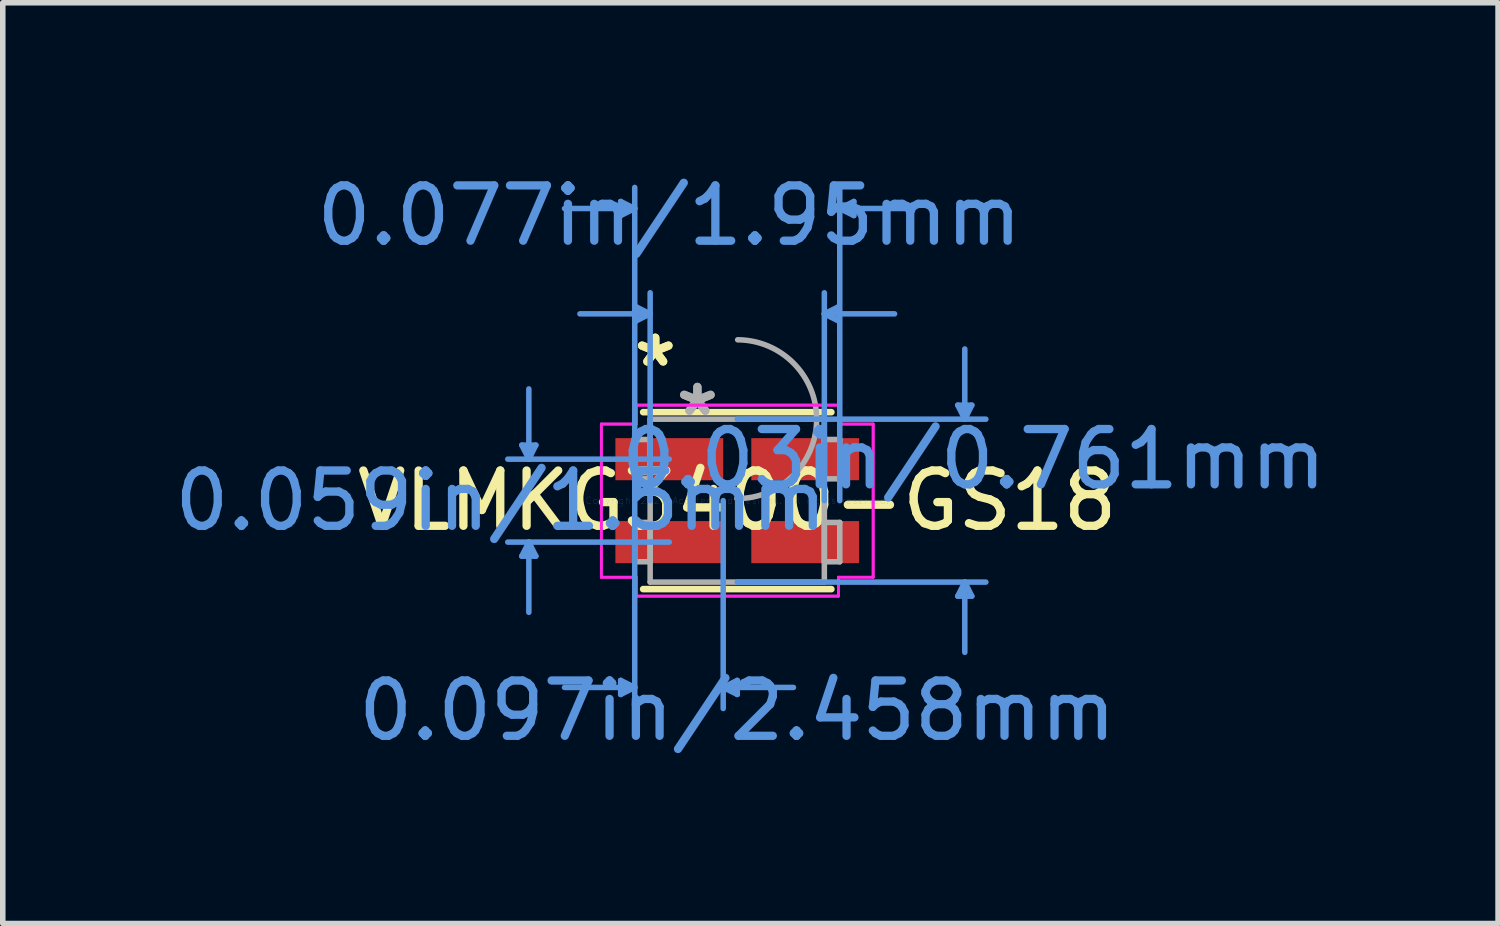
<source format=kicad_pcb>
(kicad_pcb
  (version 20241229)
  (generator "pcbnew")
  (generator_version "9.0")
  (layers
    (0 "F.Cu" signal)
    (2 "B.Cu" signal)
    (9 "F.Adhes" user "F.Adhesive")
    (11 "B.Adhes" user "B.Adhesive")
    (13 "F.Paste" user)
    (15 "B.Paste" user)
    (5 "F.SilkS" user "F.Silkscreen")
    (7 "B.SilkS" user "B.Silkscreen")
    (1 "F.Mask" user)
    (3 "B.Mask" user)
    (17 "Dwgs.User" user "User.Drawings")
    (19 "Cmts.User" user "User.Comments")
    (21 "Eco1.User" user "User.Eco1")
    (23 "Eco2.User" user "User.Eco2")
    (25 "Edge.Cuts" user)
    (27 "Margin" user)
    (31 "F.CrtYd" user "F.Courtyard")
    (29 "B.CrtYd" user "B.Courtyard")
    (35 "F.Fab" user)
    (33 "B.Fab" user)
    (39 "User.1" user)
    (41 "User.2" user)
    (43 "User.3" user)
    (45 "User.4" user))
  (footprint "VLMKG3400-GS18"
    (layer "F.Cu")
    (at 10.283 6.004)
    (property "Reference" "VLMKG3400-GS18" (at 0 0 0) (layer "F.SilkS") (effects (font (size 1 1) (thickness 0.15))))
    (attr through_hole)
    (fp_line (start -1.702 1.6) (end 1.702 1.6) (stroke (width 0.12) (type solid)) (layer "F.SilkS"))
    (fp_line (start 1.702 -1.6) (end -1.702 -1.6) (stroke (width 0.12) (type solid)) (layer "F.SilkS"))
    (fp_line (start -3.896 -1.004) (end -3.642 -1.004) (stroke (width 0.1) (type solid)) (layer "Cmts.User"))
    (fp_line (start -3.896 1.004) (end -3.642 1.004) (stroke (width 0.1) (type solid)) (layer "Cmts.User"))
    (fp_line (start -3.769 -0.75) (end -3.896 -1.004) (stroke (width 0.1) (type solid)) (layer "Cmts.User"))
    (fp_line (start -3.769 -0.75) (end -3.769 -2.02) (stroke (width 0.1) (type solid)) (layer "Cmts.User"))
    (fp_line (start -3.769 -0.75) (end -3.642 -1.004) (stroke (width 0.1) (type solid)) (layer "Cmts.User"))
    (fp_line (start -3.769 0.75) (end -3.896 1.004) (stroke (width 0.1) (type solid)) (layer "Cmts.User"))
    (fp_line (start -3.769 0.75) (end -3.769 2.02) (stroke (width 0.1) (type solid)) (layer "Cmts.User"))
    (fp_line (start -3.769 0.75) (end -3.642 1.004) (stroke (width 0.1) (type solid)) (layer "Cmts.User"))
    (fp_line (start -2.108 -5.41) (end -2.108 -5.156) (stroke (width 0.1) (type solid)) (layer "Cmts.User"))
    (fp_line (start -2.108 3.251) (end -2.108 3.505) (stroke (width 0.1) (type solid)) (layer "Cmts.User"))
    (fp_line (start -1.854 -5.283) (end -3.124 -5.283) (stroke (width 0.1) (type solid)) (layer "Cmts.User"))
    (fp_line (start -1.854 -5.283) (end -2.108 -5.41) (stroke (width 0.1) (type solid)) (layer "Cmts.User"))
    (fp_line (start -1.854 -5.283) (end -2.108 -5.156) (stroke (width 0.1) (type solid)) (layer "Cmts.User"))
    (fp_line (start -1.854 0) (end -1.854 -5.664) (stroke (width 0.1) (type solid)) (layer "Cmts.User"))
    (fp_line (start -1.854 0) (end -1.854 3.759) (stroke (width 0.1) (type solid)) (layer "Cmts.User"))
    (fp_line (start -1.854 3.378) (end -3.124 3.378) (stroke (width 0.1) (type solid)) (layer "Cmts.User"))
    (fp_line (start -1.854 3.378) (end -2.108 3.251) (stroke (width 0.1) (type solid)) (layer "Cmts.User"))
    (fp_line (start -1.854 3.378) (end -2.108 3.505) (stroke (width 0.1) (type solid)) (layer "Cmts.User"))
    (fp_line (start -1.829 -3.505) (end -1.829 -3.251) (stroke (width 0.1) (type solid)) (layer "Cmts.User"))
    (fp_line (start -1.575 -3.378) (end -2.845 -3.378) (stroke (width 0.1) (type solid)) (layer "Cmts.User"))
    (fp_line (start -1.575 -3.378) (end -1.829 -3.505) (stroke (width 0.1) (type solid)) (layer "Cmts.User"))
    (fp_line (start -1.575 -3.378) (end -1.829 -3.251) (stroke (width 0.1) (type solid)) (layer "Cmts.User"))
    (fp_line (start -1.575 0) (end -1.575 -3.759) (stroke (width 0.1) (type solid)) (layer "Cmts.User"))
    (fp_line (start -1.229 -0.75) (end -4.15 -0.75) (stroke (width 0.1) (type solid)) (layer "Cmts.User"))
    (fp_line (start -1.229 0.75) (end -4.15 0.75) (stroke (width 0.1) (type solid)) (layer "Cmts.User"))
    (fp_line (start -0.254 0) (end -0.254 3.759) (stroke (width 0.1) (type solid)) (layer "Cmts.User"))
    (fp_line (start -0.254 3.378) (end 0 3.251) (stroke (width 0.1) (type solid)) (layer "Cmts.User"))
    (fp_line (start -0.254 3.378) (end 0 3.505) (stroke (width 0.1) (type solid)) (layer "Cmts.User"))
    (fp_line (start -0.254 3.378) (end 1.016 3.378) (stroke (width 0.1) (type solid)) (layer "Cmts.User"))
    (fp_line (start 0 -1.473) (end 4.496 -1.473) (stroke (width 0.1) (type solid)) (layer "Cmts.User"))
    (fp_line (start 0 1.473) (end 4.496 1.473) (stroke (width 0.1) (type solid)) (layer "Cmts.User"))
    (fp_line (start 0 3.251) (end 0 3.505) (stroke (width 0.1) (type solid)) (layer "Cmts.User"))
    (fp_line (start 1.575 -3.378) (end 1.829 -3.505) (stroke (width 0.1) (type solid)) (layer "Cmts.User"))
    (fp_line (start 1.575 -3.378) (end 1.829 -3.251) (stroke (width 0.1) (type solid)) (layer "Cmts.User"))
    (fp_line (start 1.575 -3.378) (end 2.845 -3.378) (stroke (width 0.1) (type solid)) (layer "Cmts.User"))
    (fp_line (start 1.575 0) (end 1.575 -3.759) (stroke (width 0.1) (type solid)) (layer "Cmts.User"))
    (fp_line (start 1.829 -3.505) (end 1.829 -3.251) (stroke (width 0.1) (type solid)) (layer "Cmts.User"))
    (fp_line (start 1.854 -5.283) (end 2.108 -5.41) (stroke (width 0.1) (type solid)) (layer "Cmts.User"))
    (fp_line (start 1.854 -5.283) (end 2.108 -5.156) (stroke (width 0.1) (type solid)) (layer "Cmts.User"))
    (fp_line (start 1.854 -5.283) (end 3.124 -5.283) (stroke (width 0.1) (type solid)) (layer "Cmts.User"))
    (fp_line (start 1.854 0) (end 1.854 -5.664) (stroke (width 0.1) (type solid)) (layer "Cmts.User"))
    (fp_line (start 2.108 -5.41) (end 2.108 -5.156) (stroke (width 0.1) (type solid)) (layer "Cmts.User"))
    (fp_line (start 3.988 -1.727) (end 4.242 -1.727) (stroke (width 0.1) (type solid)) (layer "Cmts.User"))
    (fp_line (start 3.988 1.727) (end 4.242 1.727) (stroke (width 0.1) (type solid)) (layer "Cmts.User"))
    (fp_line (start 4.115 -1.473) (end 3.988 -1.727) (stroke (width 0.1) (type solid)) (layer "Cmts.User"))
    (fp_line (start 4.115 -1.473) (end 4.115 -2.743) (stroke (width 0.1) (type solid)) (layer "Cmts.User"))
    (fp_line (start 4.115 -1.473) (end 4.242 -1.727) (stroke (width 0.1) (type solid)) (layer "Cmts.User"))
    (fp_line (start 4.115 1.473) (end 3.988 1.727) (stroke (width 0.1) (type solid)) (layer "Cmts.User"))
    (fp_line (start 4.115 1.473) (end 4.115 2.743) (stroke (width 0.1) (type solid)) (layer "Cmts.User"))
    (fp_line (start 4.115 1.473) (end 4.242 1.727) (stroke (width 0.1) (type solid)) (layer "Cmts.User"))
    (fp_line (start -2.458 -1.385) (end -1.829 -1.385) (stroke (width 0.05) (type solid)) (layer "F.CrtYd"))
    (fp_line (start -2.458 -1.385) (end -1.829 -1.385) (stroke (width 0.05) (type solid)) (layer "F.CrtYd"))
    (fp_line (start -2.458 1.385) (end -2.458 -1.385) (stroke (width 0.05) (type solid)) (layer "F.CrtYd"))
    (fp_line (start -2.458 1.385) (end -2.458 -1.385) (stroke (width 0.05) (type solid)) (layer "F.CrtYd"))
    (fp_line (start -2.458 1.385) (end -1.829 1.385) (stroke (width 0.05) (type solid)) (layer "F.CrtYd"))
    (fp_line (start -1.829 -1.727) (end 1.829 -1.727) (stroke (width 0.05) (type solid)) (layer "F.CrtYd"))
    (fp_line (start -1.829 -1.727) (end 1.829 -1.727) (stroke (width 0.05) (type solid)) (layer "F.CrtYd"))
    (fp_line (start -1.829 -1.385) (end -1.829 -1.727) (stroke (width 0.05) (type solid)) (layer "F.CrtYd"))
    (fp_line (start -1.829 -1.385) (end -1.829 -1.727) (stroke (width 0.05) (type solid)) (layer "F.CrtYd"))
    (fp_line (start -1.829 1.385) (end -2.458 1.385) (stroke (width 0.05) (type solid)) (layer "F.CrtYd"))
    (fp_line (start -1.829 1.727) (end -1.829 1.385) (stroke (width 0.05) (type solid)) (layer "F.CrtYd"))
    (fp_line (start -1.829 1.727) (end -1.829 1.385) (stroke (width 0.05) (type solid)) (layer "F.CrtYd"))
    (fp_line (start 1.829 -1.727) (end 1.829 -1.385) (stroke (width 0.05) (type solid)) (layer "F.CrtYd"))
    (fp_line (start 1.829 -1.727) (end 1.829 -1.385) (stroke (width 0.05) (type solid)) (layer "F.CrtYd"))
    (fp_line (start 1.829 -1.385) (end 2.458 -1.385) (stroke (width 0.05) (type solid)) (layer "F.CrtYd"))
    (fp_line (start 1.829 1.385) (end 1.829 1.727) (stroke (width 0.05) (type solid)) (layer "F.CrtYd"))
    (fp_line (start 1.829 1.385) (end 1.829 1.727) (stroke (width 0.05) (type solid)) (layer "F.CrtYd"))
    (fp_line (start 1.829 1.727) (end -1.829 1.727) (stroke (width 0.05) (type solid)) (layer "F.CrtYd"))
    (fp_line (start 1.829 1.727) (end -1.829 1.727) (stroke (width 0.05) (type solid)) (layer "F.CrtYd"))
    (fp_line (start 2.458 -1.385) (end 1.829 -1.385) (stroke (width 0.05) (type solid)) (layer "F.CrtYd"))
    (fp_line (start 2.458 -1.385) (end 2.458 1.385) (stroke (width 0.05) (type solid)) (layer "F.CrtYd"))
    (fp_line (start 2.458 -1.385) (end 2.458 1.385) (stroke (width 0.05) (type solid)) (layer "F.CrtYd"))
    (fp_line (start 2.458 1.385) (end 1.829 1.385) (stroke (width 0.05) (type solid)) (layer "F.CrtYd"))
    (fp_line (start 2.458 1.385) (end 1.829 1.385) (stroke (width 0.05) (type solid)) (layer "F.CrtYd"))
    (fp_line (start -1.854 -1.106) (end -1.854 -0.394) (stroke (width 0.1) (type solid)) (layer "F.Fab"))
    (fp_line (start -1.854 -0.394) (end -1.575 -0.394) (stroke (width 0.1) (type solid)) (layer "F.Fab"))
    (fp_line (start -1.854 0.394) (end -1.854 1.106) (stroke (width 0.1) (type solid)) (layer "F.Fab"))
    (fp_line (start -1.854 1.106) (end -1.575 1.106) (stroke (width 0.1) (type solid)) (layer "F.Fab"))
    (fp_line (start -1.575 -1.473) (end -1.575 1.473) (stroke (width 0.1) (type solid)) (layer "F.Fab"))
    (fp_line (start -1.575 -1.106) (end -1.854 -1.106) (stroke (width 0.1) (type solid)) (layer "F.Fab"))
    (fp_line (start -1.575 -0.394) (end -1.575 -1.106) (stroke (width 0.1) (type solid)) (layer "F.Fab"))
    (fp_line (start -1.575 0.394) (end -1.854 0.394) (stroke (width 0.1) (type solid)) (layer "F.Fab"))
    (fp_line (start -1.575 1.106) (end -1.575 0.394) (stroke (width 0.1) (type solid)) (layer "F.Fab"))
    (fp_line (start -1.575 1.473) (end 1.575 1.473) (stroke (width 0.1) (type solid)) (layer "F.Fab"))
    (fp_line (start 1.575 -1.473) (end -1.575 -1.473) (stroke (width 0.1) (type solid)) (layer "F.Fab"))
    (fp_line (start 1.575 -1.106) (end 1.575 -0.394) (stroke (width 0.1) (type solid)) (layer "F.Fab"))
    (fp_line (start 1.575 -0.394) (end 1.854 -0.394) (stroke (width 0.1) (type solid)) (layer "F.Fab"))
    (fp_line (start 1.575 0.394) (end 1.575 1.106) (stroke (width 0.1) (type solid)) (layer "F.Fab"))
    (fp_line (start 1.575 1.106) (end 1.854 1.106) (stroke (width 0.1) (type solid)) (layer "F.Fab"))
    (fp_line (start 1.575 1.473) (end 1.575 -1.473) (stroke (width 0.1) (type solid)) (layer "F.Fab"))
    (fp_line (start 1.854 -1.106) (end 1.575 -1.106) (stroke (width 0.1) (type solid)) (layer "F.Fab"))
    (fp_line (start 1.854 -0.394) (end 1.854 -1.106) (stroke (width 0.1) (type solid)) (layer "F.Fab"))
    (fp_line (start 1.854 0.394) (end 1.575 0.394) (stroke (width 0.1) (type solid)) (layer "F.Fab"))
    (fp_line (start 1.854 1.106) (end 1.854 0.394) (stroke (width 0.1) (type solid)) (layer "F.Fab"))
    (fp_arc (start 0.007742 -2.908981) (mid 1.435781 -1.465458) (end -0.007742 -0.037419) (stroke (width 0.1) (type solid)) (layer "F.Fab"))
    (fp_text user "*" (at -1.483 -2.401 0) (layer "F.SilkS") (effects (font (size 1 1) (thickness 0.15))))
    (fp_text user "*" (at -1.483 -2.401 0) (layer "F.SilkS") (effects (font (size 1 1) (thickness 0.15))))
    (fp_text user "0.077in/1.95mm" (at -1.229 -5.156 0) (layer "Cmts.User") (effects (font (size 1 1) (thickness 0.15))))
    (fp_text user "0.03in/0.761mm" (at 4.277 -0.75 0) (layer "Cmts.User") (effects (font (size 1 1) (thickness 0.15))))
    (fp_text user "Copyright 2021 Accelerated Designs. All rights reserved." (at 0 0 0) (layer "Cmts.User") (effects (font (size 0.127 0.127) (thickness 0.002))))
    (fp_text user "0.097in/2.458mm" (at 0 3.798 0) (layer "Cmts.User") (effects (font (size 1 1) (thickness 0.15))))
    (fp_text user "0.059in/1.5mm" (at -4.277 0 0) (layer "Cmts.User") (effects (font (size 1 1) (thickness 0.15))))
    (fp_text user "*" (at -0.721 -1.511 0) (layer "F.Fab") (effects (font (size 1 1) (thickness 0.15))))
    (fp_text user "*" (at -0.721 -1.511 0) (layer "F.Fab") (effects (font (size 1 1) (thickness 0.15))))
    (pad "1" smd rect (at -1.229 -0.75) (size 1.95 0.761) (layers "F.Cu" "F.Mask" "F.Paste"))
    (pad "2" smd rect (at -1.229 0.75) (size 1.95 0.761) (layers "F.Cu" "F.Mask" "F.Paste"))
    (pad "3" smd rect (at 1.229 0.75) (size 1.95 0.761) (layers "F.Cu" "F.Mask" "F.Paste"))
    (pad "4" smd rect (at 1.229 -0.75) (size 1.95 0.761) (layers "F.Cu" "F.Mask" "F.Paste")))
  (gr_rect
    (start -3 -3)
    (end 24.042 13.651)
    (stroke (width 0.1) (type default))
    (fill no)
    (layer "Edge.Cuts")))
</source>
